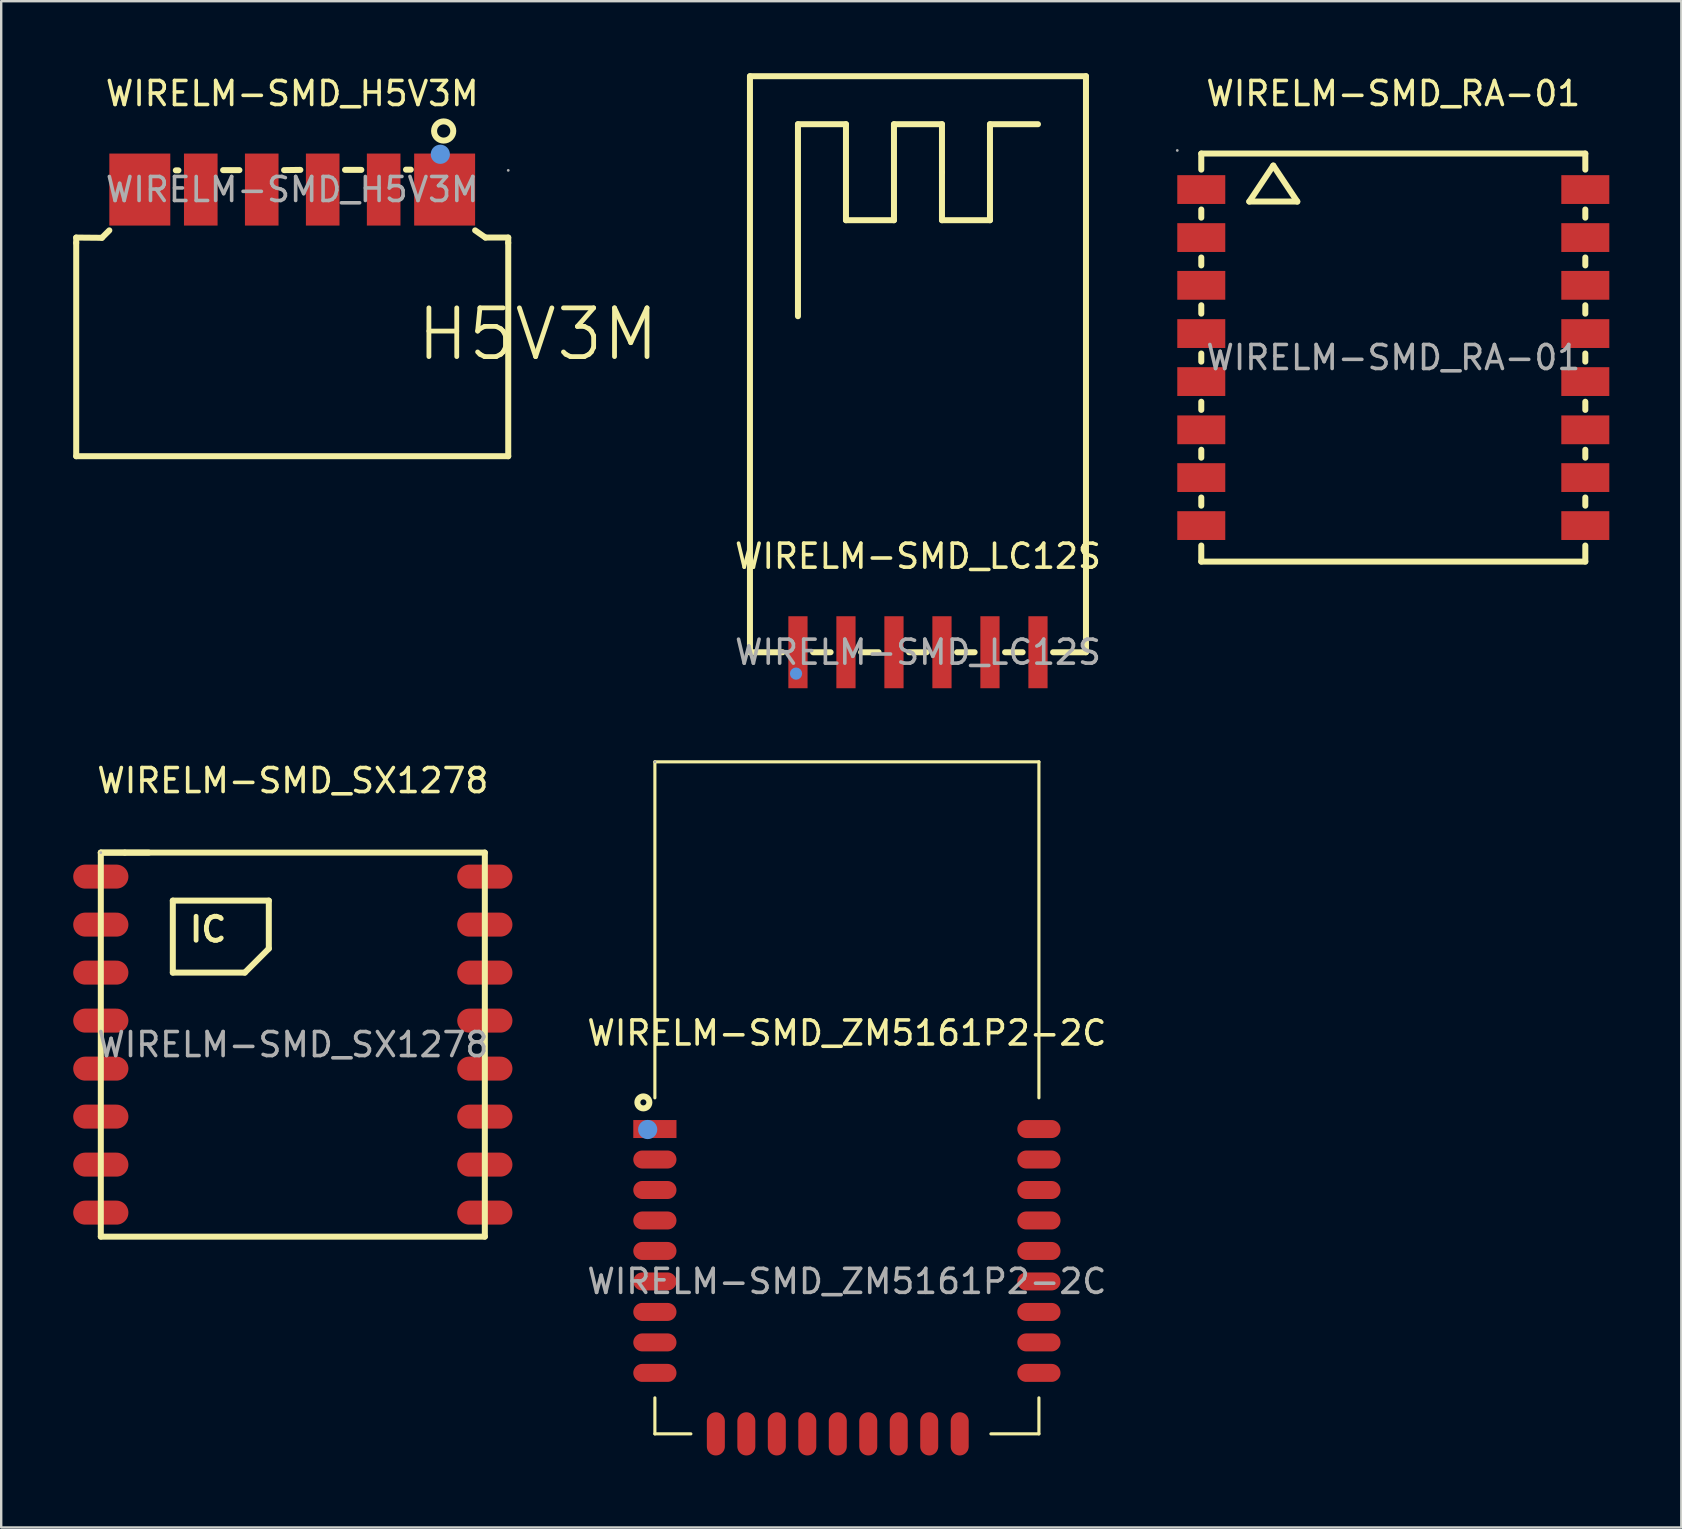
<source format=kicad_pcb>
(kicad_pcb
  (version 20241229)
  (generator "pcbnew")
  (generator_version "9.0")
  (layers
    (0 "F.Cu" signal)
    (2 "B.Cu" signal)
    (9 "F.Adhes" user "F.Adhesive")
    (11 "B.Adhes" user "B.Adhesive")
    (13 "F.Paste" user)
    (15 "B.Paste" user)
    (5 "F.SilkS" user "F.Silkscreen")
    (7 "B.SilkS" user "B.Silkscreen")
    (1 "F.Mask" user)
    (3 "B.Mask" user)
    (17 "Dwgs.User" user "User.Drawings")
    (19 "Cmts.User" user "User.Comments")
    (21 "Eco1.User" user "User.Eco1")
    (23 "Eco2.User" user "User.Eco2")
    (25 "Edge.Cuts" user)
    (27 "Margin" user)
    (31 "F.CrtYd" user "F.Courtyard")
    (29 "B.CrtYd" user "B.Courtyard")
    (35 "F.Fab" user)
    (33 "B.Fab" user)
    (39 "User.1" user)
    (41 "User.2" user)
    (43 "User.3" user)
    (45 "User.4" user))
  (footprint "WIRELM-SMD_SX1278"
    (layer "F.Cu")
    (at 9.15 40.473)
    (property "Reference" "WIRELM-SMD_SX1278" (at 0 -11 0) (layer "F.SilkS") (effects (font (size 1 1) (thickness 0.15))))
    (attr through_hole)
    (fp_line (start -8 -8) (end -7 -8) (stroke (width 0.25) (type solid)) (layer "F.SilkS"))
    (fp_line (start -8 -8) (end 8 -8) (stroke (width 0.25) (type solid)) (layer "F.SilkS"))
    (fp_line (start -8 8) (end -8 -8) (stroke (width 0.25) (type solid)) (layer "F.SilkS"))
    (fp_line (start -7 -8) (end -6 -8) (stroke (width 0.25) (type solid)) (layer "F.SilkS"))
    (fp_line (start -5 -6) (end -5 -3) (stroke (width 0.25) (type solid)) (layer "F.SilkS"))
    (fp_line (start -5 -3) (end -2 -3) (stroke (width 0.25) (type solid)) (layer "F.SilkS"))
    (fp_line (start -2 -3) (end -1 -4) (stroke (width 0.25) (type solid)) (layer "F.SilkS"))
    (fp_line (start -1 -6) (end -5 -6) (stroke (width 0.25) (type solid)) (layer "F.SilkS"))
    (fp_line (start -1 -4) (end -1 -6) (stroke (width 0.25) (type solid)) (layer "F.SilkS"))
    (fp_line (start 8 -8) (end 8 8) (stroke (width 0.25) (type solid)) (layer "F.SilkS"))
    (fp_line (start 8 8) (end -8 8) (stroke (width 0.25) (type solid)) (layer "F.SilkS"))
    (fp_circle (center -8 -8) (end -7.97 -8) (stroke (width 0.06) (type solid)) (fill no) (layer "F.Fab"))
    (fp_text user "IC" (at -4.4 -4.8 0) (layer "F.SilkS") (effects (font (size 1 1) (thickness 0.2)) (justify left)))
    (fp_text user "${REFERENCE}" (at 0 0 0) (layer "F.Fab") (effects (font (size 1 1) (thickness 0.15))))
    (pad "1" smd oval (at -8 -7) (size 2.3 1) (layers "F.Cu" "F.Mask" "F.Paste"))
    (pad "2" smd oval (at -8 -5) (size 2.3 1) (layers "F.Cu" "F.Mask" "F.Paste"))
    (pad "3" smd oval (at -8 -3) (size 2.3 1) (layers "F.Cu" "F.Mask" "F.Paste"))
    (pad "4" smd oval (at -8 -1) (size 2.3 1) (layers "F.Cu" "F.Mask" "F.Paste"))
    (pad "5" smd oval (at -8 1) (size 2.3 1) (layers "F.Cu" "F.Mask" "F.Paste"))
    (pad "6" smd oval (at -8 3) (size 2.3 1) (layers "F.Cu" "F.Mask" "F.Paste"))
    (pad "7" smd oval (at -8 5) (size 2.3 1) (layers "F.Cu" "F.Mask" "F.Paste"))
    (pad "8" smd oval (at -8 7) (size 2.3 1) (layers "F.Cu" "F.Mask" "F.Paste"))
    (pad "9" smd oval (at 8 7 180) (size 2.3 1) (layers "F.Cu" "F.Mask" "F.Paste"))
    (pad "10" smd oval (at 8 5 180) (size 2.3 1) (layers "F.Cu" "F.Mask" "F.Paste"))
    (pad "11" smd oval (at 8 3 180) (size 2.3 1) (layers "F.Cu" "F.Mask" "F.Paste"))
    (pad "12" smd oval (at 8 1 180) (size 2.3 1) (layers "F.Cu" "F.Mask" "F.Paste"))
    (pad "13" smd oval (at 8 -1 180) (size 2.3 1) (layers "F.Cu" "F.Mask" "F.Paste"))
    (pad "14" smd oval (at 8 -3 180) (size 2.3 1) (layers "F.Cu" "F.Mask" "F.Paste"))
    (pad "15" smd oval (at 8 -5 180) (size 2.3 1) (layers "F.Cu" "F.Mask" "F.Paste"))
    (pad "16" smd oval (at 8 -7 180) (size 2.3 1) (layers "F.Cu" "F.Mask" "F.Paste")))
  (footprint "WIRELM-SMD_RA-01"
    (layer "F.Cu")
    (at 55 11.848)
    (property "Reference" "WIRELM-SMD_RA-01" (at 0 -11 0) (layer "F.SilkS") (effects (font (size 1 1) (thickness 0.15))))
    (attr through_hole)
    (fp_line (start -8 -8.5) (end -8 -7.83) (stroke (width 0.25) (type solid)) (layer "F.SilkS"))
    (fp_line (start -8 -8.5) (end 8 -8.5) (stroke (width 0.25) (type solid)) (layer "F.SilkS"))
    (fp_line (start -8 -6.17) (end -8 -5.83) (stroke (width 0.25) (type solid)) (layer "F.SilkS"))
    (fp_line (start -8 -4.17) (end -8 -3.84) (stroke (width 0.25) (type solid)) (layer "F.SilkS"))
    (fp_line (start -8 -2.18) (end -8 -1.83) (stroke (width 0.25) (type solid)) (layer "F.SilkS"))
    (fp_line (start -8 -0.17) (end -8 0.17) (stroke (width 0.25) (type solid)) (layer "F.SilkS"))
    (fp_line (start -8 1.84) (end -8 2.18) (stroke (width 0.25) (type solid)) (layer "F.SilkS"))
    (fp_line (start -8 3.84) (end -8 4.17) (stroke (width 0.25) (type solid)) (layer "F.SilkS"))
    (fp_line (start -8 5.83) (end -8 6.17) (stroke (width 0.25) (type solid)) (layer "F.SilkS"))
    (fp_line (start -8 7.83) (end -8 8.5) (stroke (width 0.25) (type solid)) (layer "F.SilkS"))
    (fp_line (start -6 -6.5) (end -4 -6.5) (stroke (width 0.25) (type solid)) (layer "F.SilkS"))
    (fp_line (start -5 -8) (end -6 -6.5) (stroke (width 0.25) (type solid)) (layer "F.SilkS"))
    (fp_line (start -4 -6.5) (end -5 -8) (stroke (width 0.25) (type solid)) (layer "F.SilkS"))
    (fp_line (start 8 -8.5) (end 8 -7.83) (stroke (width 0.25) (type solid)) (layer "F.SilkS"))
    (fp_line (start 8 -6.17) (end 8 -5.83) (stroke (width 0.25) (type solid)) (layer "F.SilkS"))
    (fp_line (start 8 -4.17) (end 8 -3.84) (stroke (width 0.25) (type solid)) (layer "F.SilkS"))
    (fp_line (start 8 -2.18) (end 8 -1.83) (stroke (width 0.25) (type solid)) (layer "F.SilkS"))
    (fp_line (start 8 -0.17) (end 8 0.17) (stroke (width 0.25) (type solid)) (layer "F.SilkS"))
    (fp_line (start 8 1.84) (end 8 2.18) (stroke (width 0.25) (type solid)) (layer "F.SilkS"))
    (fp_line (start 8 3.84) (end 8 4.17) (stroke (width 0.25) (type solid)) (layer "F.SilkS"))
    (fp_line (start 8 5.83) (end 8 6.17) (stroke (width 0.25) (type solid)) (layer "F.SilkS"))
    (fp_line (start 8 7.83) (end 8 8.5) (stroke (width 0.25) (type solid)) (layer "F.SilkS"))
    (fp_line (start 8 8.5) (end -8 8.5) (stroke (width 0.25) (type solid)) (layer "F.SilkS"))
    (fp_circle (center -9 -8.63) (end -8.97 -8.63) (stroke (width 0.06) (type solid)) (fill no) (layer "F.Fab"))
    (fp_text user "${REFERENCE}" (at 0 0 0) (layer "F.Fab") (effects (font (size 1 1) (thickness 0.15))))
    (pad "1" smd rect (at -8 -7) (size 2 1.2) (layers "F.Cu" "F.Mask" "F.Paste"))
    (pad "2" smd rect (at -8 -5) (size 2 1.2) (layers "F.Cu" "F.Mask" "F.Paste"))
    (pad "3" smd rect (at -8 -3.01) (size 2 1.2) (layers "F.Cu" "F.Mask" "F.Paste"))
    (pad "4" smd rect (at -8 -1) (size 2 1.2) (layers "F.Cu" "F.Mask" "F.Paste"))
    (pad "5" smd rect (at -8 1) (size 2 1.2) (layers "F.Cu" "F.Mask" "F.Paste"))
    (pad "6" smd rect (at -8 3.01) (size 2 1.2) (layers "F.Cu" "F.Mask" "F.Paste"))
    (pad "7" smd rect (at -8 5) (size 2 1.2) (layers "F.Cu" "F.Mask" "F.Paste"))
    (pad "8" smd rect (at -8 7) (size 2 1.2) (layers "F.Cu" "F.Mask" "F.Paste"))
    (pad "9" smd rect (at 8 7) (size 2 1.2) (layers "F.Cu" "F.Mask" "F.Paste"))
    (pad "10" smd rect (at 8 5) (size 2 1.2) (layers "F.Cu" "F.Mask" "F.Paste"))
    (pad "11" smd rect (at 8 3.01) (size 2 1.2) (layers "F.Cu" "F.Mask" "F.Paste"))
    (pad "12" smd rect (at 8 1) (size 2 1.2) (layers "F.Cu" "F.Mask" "F.Paste"))
    (pad "13" smd rect (at 8 -1) (size 2 1.2) (layers "F.Cu" "F.Mask" "F.Paste"))
    (pad "14" smd rect (at 8 -3.01) (size 2 1.2) (layers "F.Cu" "F.Mask" "F.Paste"))
    (pad "15" smd rect (at 8 -5) (size 2 1.2) (layers "F.Cu" "F.Mask" "F.Paste"))
    (pad "16" smd rect (at 8 -7) (size 2 1.2) (layers "F.Cu" "F.Mask" "F.Paste")))
  (footprint "WIRELM-SMD_ZM5161P2-2C"
    (layer "F.Cu")
    (at 32.235 50.34)
    (property "Reference" "WIRELM-SMD_ZM5161P2-2C" (at 0 -10.35 0) (layer "F.SilkS") (effects (font (size 1 1) (thickness 0.15))))
    (attr through_hole)
    (fp_line (start -8 -21.65) (end 8 -21.65) (stroke (width 0.13) (type solid)) (layer "F.SilkS"))
    (fp_line (start -8 -7.65) (end -8 -21.65) (stroke (width 0.13) (type solid)) (layer "F.SilkS"))
    (fp_line (start -8 4.85) (end -8 6.35) (stroke (width 0.13) (type solid)) (layer "F.SilkS"))
    (fp_line (start -8 6.35) (end -6.5 6.35) (stroke (width 0.13) (type solid)) (layer "F.SilkS"))
    (fp_line (start 6 6.35) (end 8 6.35) (stroke (width 0.13) (type solid)) (layer "F.SilkS"))
    (fp_line (start 8 -21.65) (end 8 -7.65) (stroke (width 0.13) (type solid)) (layer "F.SilkS"))
    (fp_line (start 8 6.35) (end 8 4.85) (stroke (width 0.13) (type solid)) (layer "F.SilkS"))
    (fp_arc (start -8.23 -7.46) (mid -8.72995 -7.455004) (end -8.2302 -7.469989) (stroke (width 0.25) (type solid)) (layer "F.SilkS"))
    (fp_circle (center -8.3 -6.33) (end -8.1 -6.33) (stroke (width 0.4) (type solid)) (fill no) (layer "Cmts.User"))
    (fp_circle (center -8 -21.65) (end -7.97 -21.65) (stroke (width 0.06) (type solid)) (fill no) (layer "F.Fab"))
    (fp_text user "${REFERENCE}" (at 0 0 0) (layer "F.Fab") (effects (font (size 1 1) (thickness 0.15))))
    (pad "1" smd rect (at -8 -6.35) (size 1.8 0.75) (layers "F.Cu" "F.Mask" "F.Paste"))
    (pad "2" smd oval (at -8 -5.08) (size 1.8 0.75) (layers "F.Cu" "F.Mask" "F.Paste"))
    (pad "3" smd oval (at -8 -3.81) (size 1.8 0.75) (layers "F.Cu" "F.Mask" "F.Paste"))
    (pad "4" smd oval (at -8 -2.54) (size 1.8 0.75) (layers "F.Cu" "F.Mask" "F.Paste"))
    (pad "5" smd oval (at -8 -1.27) (size 1.8 0.75) (layers "F.Cu" "F.Mask" "F.Paste"))
    (pad "6" smd oval (at -8 0) (size 1.8 0.75) (layers "F.Cu" "F.Mask" "F.Paste"))
    (pad "7" smd oval (at -8 1.27) (size 1.8 0.75) (layers "F.Cu" "F.Mask" "F.Paste"))
    (pad "8" smd oval (at -8 2.54) (size 1.8 0.75) (layers "F.Cu" "F.Mask" "F.Paste"))
    (pad "9" smd oval (at -8 3.81) (size 1.8 0.75) (layers "F.Cu" "F.Mask" "F.Paste"))
    (pad "10" smd oval (at -5.46 6.35 90) (size 1.8 0.75) (layers "F.Cu" "F.Mask" "F.Paste"))
    (pad "11" smd oval (at -4.19 6.35 90) (size 1.8 0.75) (layers "F.Cu" "F.Mask" "F.Paste"))
    (pad "12" smd oval (at -2.92 6.35 90) (size 1.8 0.75) (layers "F.Cu" "F.Mask" "F.Paste"))
    (pad "13" smd oval (at -1.65 6.35 90) (size 1.8 0.75) (layers "F.Cu" "F.Mask" "F.Paste"))
    (pad "14" smd oval (at -0.38 6.35 90) (size 1.8 0.75) (layers "F.Cu" "F.Mask" "F.Paste"))
    (pad "15" smd oval (at 0.89 6.35 90) (size 1.8 0.75) (layers "F.Cu" "F.Mask" "F.Paste"))
    (pad "16" smd oval (at 2.16 6.35 90) (size 1.8 0.75) (layers "F.Cu" "F.Mask" "F.Paste"))
    (pad "17" smd oval (at 3.43 6.35 90) (size 1.8 0.75) (layers "F.Cu" "F.Mask" "F.Paste"))
    (pad "18" smd oval (at 4.7 6.35 90) (size 1.8 0.75) (layers "F.Cu" "F.Mask" "F.Paste"))
    (pad "19" smd oval (at 8 3.81 180) (size 1.8 0.75) (layers "F.Cu" "F.Mask" "F.Paste"))
    (pad "20" smd oval (at 8 2.54 180) (size 1.8 0.75) (layers "F.Cu" "F.Mask" "F.Paste"))
    (pad "21" smd oval (at 8 1.27 180) (size 1.8 0.75) (layers "F.Cu" "F.Mask" "F.Paste"))
    (pad "22" smd oval (at 8 0 180) (size 1.8 0.75) (layers "F.Cu" "F.Mask" "F.Paste"))
    (pad "23" smd oval (at 8 -1.27 180) (size 1.8 0.75) (layers "F.Cu" "F.Mask" "F.Paste"))
    (pad "24" smd oval (at 8 -2.54 180) (size 1.8 0.75) (layers "F.Cu" "F.Mask" "F.Paste"))
    (pad "25" smd oval (at 8 -3.81 180) (size 1.8 0.75) (layers "F.Cu" "F.Mask" "F.Paste"))
    (pad "26" smd oval (at 8 -5.08 180) (size 1.8 0.75) (layers "F.Cu" "F.Mask" "F.Paste"))
    (pad "27" smd oval (at 8 -6.35 180) (size 1.8 0.75) (layers "F.Cu" "F.Mask" "F.Paste")))
  (footprint "WIRELM-SMD_LC12S"
    (layer "F.Cu")
    (at 35.196 24.125)
    (property "Reference" "WIRELM-SMD_LC12S" (at 0 -4 0) (layer "F.SilkS") (effects (font (size 1 1) (thickness 0.15))))
    (attr through_hole)
    (fp_line (start -7 -24) (end 7 -24) (stroke (width 0.25) (type solid)) (layer "F.SilkS"))
    (fp_line (start -7 0) (end -7 -24) (stroke (width 0.25) (type solid)) (layer "F.SilkS"))
    (fp_line (start -7 0) (end -5.64 0) (stroke (width 0.25) (type solid)) (layer "F.SilkS"))
    (fp_line (start -5 -22) (end -3 -22) (stroke (width 0.25) (type solid)) (layer "F.SilkS"))
    (fp_line (start -5 -14) (end -5 -22) (stroke (width 0.25) (type solid)) (layer "F.SilkS"))
    (fp_line (start -4.37 0) (end -3.64 0) (stroke (width 0.25) (type solid)) (layer "F.SilkS"))
    (fp_line (start -3 -22) (end -3 -18) (stroke (width 0.25) (type solid)) (layer "F.SilkS"))
    (fp_line (start -3 -18) (end -1 -18) (stroke (width 0.25) (type solid)) (layer "F.SilkS"))
    (fp_line (start -2.37 0) (end -1.64 0) (stroke (width 0.25) (type solid)) (layer "F.SilkS"))
    (fp_line (start -1 -22) (end 1 -22) (stroke (width 0.25) (type solid)) (layer "F.SilkS"))
    (fp_line (start -1 -18) (end -1 -22) (stroke (width 0.25) (type solid)) (layer "F.SilkS"))
    (fp_line (start -0.37 0) (end 0.36 0) (stroke (width 0.25) (type solid)) (layer "F.SilkS"))
    (fp_line (start 1 -22) (end 1 -20) (stroke (width 0.25) (type solid)) (layer "F.SilkS"))
    (fp_line (start 1 -20) (end 1 -18) (stroke (width 0.25) (type solid)) (layer "F.SilkS"))
    (fp_line (start 1 -18) (end 3 -18) (stroke (width 0.25) (type solid)) (layer "F.SilkS"))
    (fp_line (start 1.63 0) (end 2.36 0) (stroke (width 0.25) (type solid)) (layer "F.SilkS"))
    (fp_line (start 3 -22) (end 5 -22) (stroke (width 0.25) (type solid)) (layer "F.SilkS"))
    (fp_line (start 3 -18) (end 3 -22) (stroke (width 0.25) (type solid)) (layer "F.SilkS"))
    (fp_line (start 3.63 0) (end 4.36 0) (stroke (width 0.25) (type solid)) (layer "F.SilkS"))
    (fp_line (start 5.63 0) (end 7 0) (stroke (width 0.25) (type solid)) (layer "F.SilkS"))
    (fp_line (start 7 -24) (end 7 0) (stroke (width 0.25) (type solid)) (layer "F.SilkS"))
    (fp_circle (center -5.08 0.89) (end -4.95 0.89) (stroke (width 0.25) (type solid)) (fill no) (layer "Cmts.User"))
    (fp_circle (center -6.99 0.01) (end -6.96 0.01) (stroke (width 0.06) (type solid)) (fill no) (layer "F.Fab"))
    (fp_text user "${REFERENCE}" (at 0 0 0) (layer "F.Fab") (effects (font (size 1 1) (thickness 0.15))))
    (pad "1" smd rect (at -5 0 90) (size 3 0.8) (layers "F.Cu" "F.Mask" "F.Paste"))
    (pad "2" smd rect (at -3 0 90) (size 3 0.8) (layers "F.Cu" "F.Mask" "F.Paste"))
    (pad "3" smd rect (at -1 0 90) (size 3 0.8) (layers "F.Cu" "F.Mask" "F.Paste"))
    (pad "4" smd rect (at 1 0 90) (size 3 0.8) (layers "F.Cu" "F.Mask" "F.Paste"))
    (pad "5" smd rect (at 3 0 90) (size 3 0.8) (layers "F.Cu" "F.Mask" "F.Paste"))
    (pad "6" smd rect (at 5 0 90) (size 3 0.8) (layers "F.Cu" "F.Mask" "F.Paste")))
  (footprint "WIRELM-SMD_H5V3M"
    (layer "F.Cu")
    (at 9.125 4.848)
    (property "Reference" "WIRELM-SMD_H5V3M" (at 0 -4 0) (layer "F.SilkS") (effects (font (size 1 1) (thickness 0.15))))
    (attr through_hole)
    (fp_line (start -9 2) (end -7.93 2.01) (stroke (width 0.25) (type solid)) (layer "F.SilkS"))
    (fp_line (start -9 2.22) (end -9 2) (stroke (width 0.25) (type solid)) (layer "F.SilkS"))
    (fp_line (start -9 11.11) (end -9 2.22) (stroke (width 0.25) (type solid)) (layer "F.SilkS"))
    (fp_line (start -7.93 2.01) (end -7.62 1.7) (stroke (width 0.25) (type solid)) (layer "F.SilkS"))
    (fp_line (start -4.85 -0.8) (end -4.74 -0.8) (stroke (width 0.25) (type solid)) (layer "F.SilkS"))
    (fp_line (start -2.88 -0.81) (end -2.2 -0.81) (stroke (width 0.25) (type solid)) (layer "F.SilkS"))
    (fp_line (start -0.34 -0.81) (end 0.34 -0.82) (stroke (width 0.25) (type solid)) (layer "F.SilkS"))
    (fp_line (start 2.2 -0.82) (end 2.88 -0.82) (stroke (width 0.25) (type solid)) (layer "F.SilkS"))
    (fp_line (start 4.74 -0.83) (end 4.94 -0.83) (stroke (width 0.25) (type solid)) (layer "F.SilkS"))
    (fp_line (start 8.05 2) (end 7.62 1.7) (stroke (width 0.25) (type solid)) (layer "F.SilkS"))
    (fp_line (start 9 2) (end 8.05 2) (stroke (width 0.25) (type solid)) (layer "F.SilkS"))
    (fp_line (start 9 2.22) (end 9 2) (stroke (width 0.25) (type solid)) (layer "F.SilkS"))
    (fp_line (start 9 2.22) (end 9 11.11) (stroke (width 0.25) (type solid)) (layer "F.SilkS"))
    (fp_line (start 9 11.11) (end -9 11.11) (stroke (width 0.25) (type solid)) (layer "F.SilkS"))
    (fp_circle (center 6.31 -2.44) (end 6.71 -2.44) (stroke (width 0.25) (type solid)) (fill no) (layer "F.SilkS"))
    (fp_circle (center 6.17 -1.47) (end 6.37 -1.47) (stroke (width 0.4) (type solid)) (fill no) (layer "Cmts.User"))
    (fp_circle (center 9 -0.8) (end 9.03 -0.8) (stroke (width 0.06) (type solid)) (fill no) (layer "F.Fab"))
    (fp_text user "H5V3M" (at 5.08 6.03 180) (layer "F.SilkS") (effects (font (size 2.03 2.03) (thickness 0.2)) (justify left)))
    (fp_text user "${REFERENCE}" (at 0 0 0) (layer "F.Fab") (effects (font (size 1 1) (thickness 0.15))))
    (pad "1" smd rect (at 6.35 0) (size 2.54 3) (layers "F.Cu" "F.Mask" "F.Paste"))
    (pad "2" smd rect (at 3.81 0) (size 1.4 3) (layers "F.Cu" "F.Mask" "F.Paste"))
    (pad "3" smd rect (at 1.27 0) (size 1.4 3) (layers "F.Cu" "F.Mask" "F.Paste"))
    (pad "4" smd rect (at -1.27 0) (size 1.4 3) (layers "F.Cu" "F.Mask" "F.Paste"))
    (pad "5" smd rect (at -3.81 0) (size 1.4 3) (layers "F.Cu" "F.Mask" "F.Paste"))
    (pad "6" smd rect (at -6.35 0) (size 2.54 3) (layers "F.Cu" "F.Mask" "F.Paste")))
  (gr_rect
    (start -3 -3)
    (end 67 60.59)
    (stroke (width 0.1) (type default))
    (fill no)
    (layer "Edge.Cuts")))
</source>
